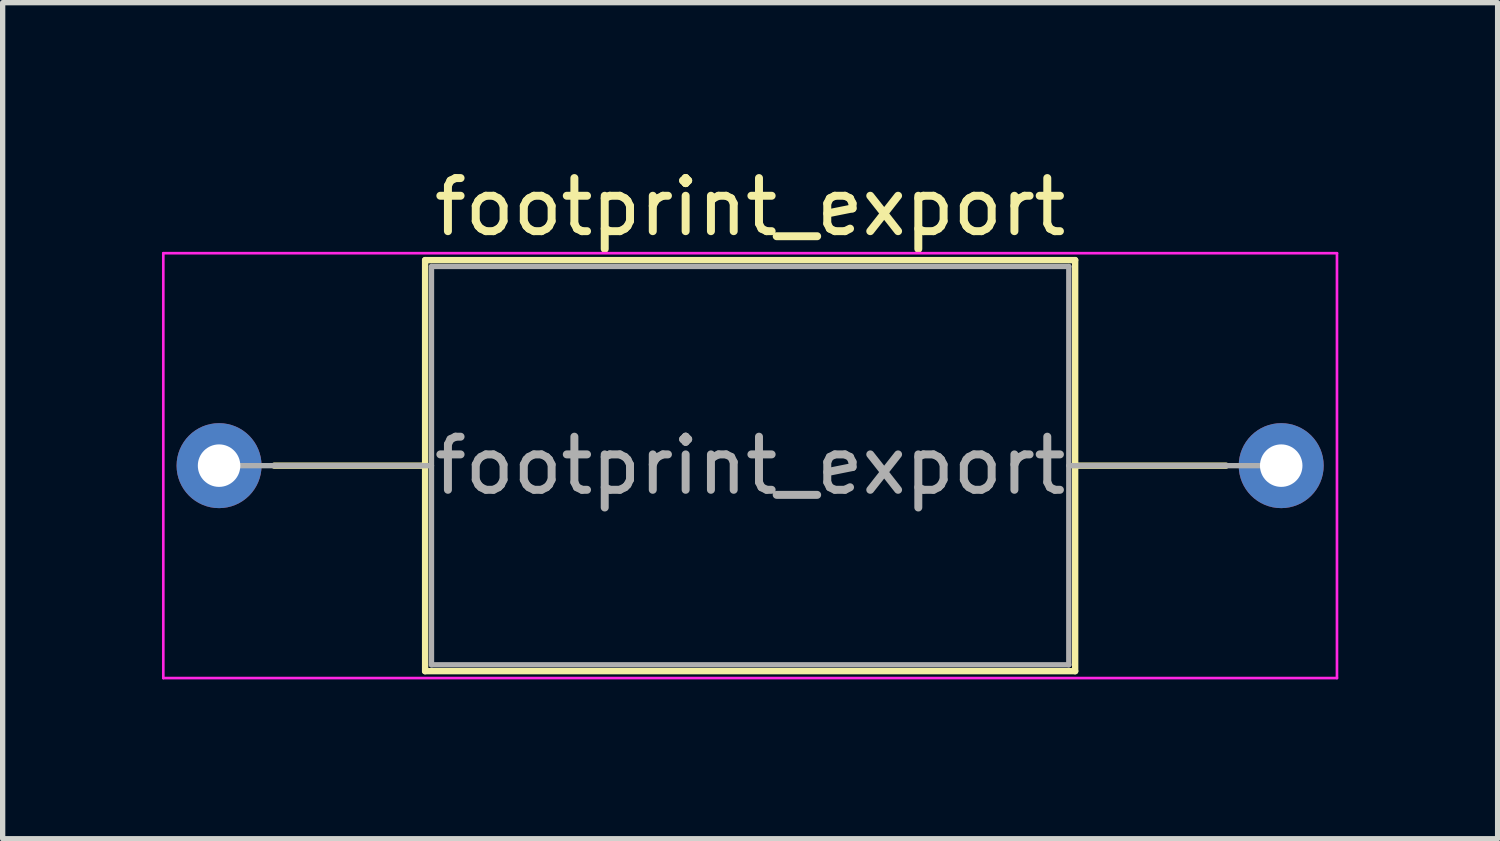
<source format=kicad_pcb>
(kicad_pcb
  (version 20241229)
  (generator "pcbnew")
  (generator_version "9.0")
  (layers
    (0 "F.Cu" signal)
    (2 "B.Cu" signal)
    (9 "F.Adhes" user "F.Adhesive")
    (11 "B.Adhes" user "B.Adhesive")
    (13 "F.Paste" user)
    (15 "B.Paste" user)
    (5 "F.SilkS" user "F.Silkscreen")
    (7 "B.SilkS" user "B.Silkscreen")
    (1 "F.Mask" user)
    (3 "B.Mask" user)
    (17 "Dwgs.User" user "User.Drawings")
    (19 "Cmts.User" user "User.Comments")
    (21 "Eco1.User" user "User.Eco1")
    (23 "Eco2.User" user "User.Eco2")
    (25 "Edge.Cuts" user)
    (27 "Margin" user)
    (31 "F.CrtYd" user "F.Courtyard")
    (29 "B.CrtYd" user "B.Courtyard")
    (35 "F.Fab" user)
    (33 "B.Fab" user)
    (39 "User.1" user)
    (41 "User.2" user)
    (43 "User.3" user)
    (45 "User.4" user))
  (footprint "footprint_export"
    (layer "F.Cu")
    (at 1.075 5.718)
    (property "Reference" "footprint_export" (at 10 -4.87 0) (layer "F.SilkS") (effects (font (size 1 1) (thickness 0.15))))
    (attr through_hole)
    (fp_line (start 1.04 0) (end 3.88 0) (stroke (width 0.12) (type solid)) (layer "F.SilkS"))
    (fp_line (start 3.88 -3.87) (end 3.88 3.87) (stroke (width 0.12) (type solid)) (layer "F.SilkS"))
    (fp_line (start 3.88 3.87) (end 16.12 3.87) (stroke (width 0.12) (type solid)) (layer "F.SilkS"))
    (fp_line (start 16.12 -3.87) (end 3.88 -3.87) (stroke (width 0.12) (type solid)) (layer "F.SilkS"))
    (fp_line (start 16.12 3.87) (end 16.12 -3.87) (stroke (width 0.12) (type solid)) (layer "F.SilkS"))
    (fp_line (start 18.96 0) (end 16.12 0) (stroke (width 0.12) (type solid)) (layer "F.SilkS"))
    (fp_line (start -1.05 -4) (end -1.05 4) (stroke (width 0.05) (type solid)) (layer "F.CrtYd"))
    (fp_line (start -1.05 4) (end 21.05 4) (stroke (width 0.05) (type solid)) (layer "F.CrtYd"))
    (fp_line (start 21.05 -4) (end -1.05 -4) (stroke (width 0.05) (type solid)) (layer "F.CrtYd"))
    (fp_line (start 21.05 4) (end 21.05 -4) (stroke (width 0.05) (type solid)) (layer "F.CrtYd"))
    (fp_line (start 0 0) (end 4 0) (stroke (width 0.1) (type solid)) (layer "F.Fab"))
    (fp_line (start 4 -3.75) (end 4 3.75) (stroke (width 0.1) (type solid)) (layer "F.Fab"))
    (fp_line (start 4 3.75) (end 16 3.75) (stroke (width 0.1) (type solid)) (layer "F.Fab"))
    (fp_line (start 16 -3.75) (end 4 -3.75) (stroke (width 0.1) (type solid)) (layer "F.Fab"))
    (fp_line (start 16 3.75) (end 16 -3.75) (stroke (width 0.1) (type solid)) (layer "F.Fab"))
    (fp_line (start 20 0) (end 16 0) (stroke (width 0.1) (type solid)) (layer "F.Fab"))
    (fp_text user "${REFERENCE}" (at 10 0 0) (layer "F.Fab") (effects (font (size 1 1) (thickness 0.15))))
    (pad "1" thru_hole circle (at 0 0) (size 1.6 1.6) (drill 0.8) (layers "*.Cu" "*.Mask"))
    (pad "2" thru_hole oval (at 20 0) (size 1.6 1.6) (drill 0.8) (layers "*.Cu" "*.Mask")))
  (gr_rect
    (start -3 -3)
    (end 25.15 12.743)
    (stroke (width 0.1) (type default))
    (fill no)
    (layer "Edge.Cuts")))
</source>
